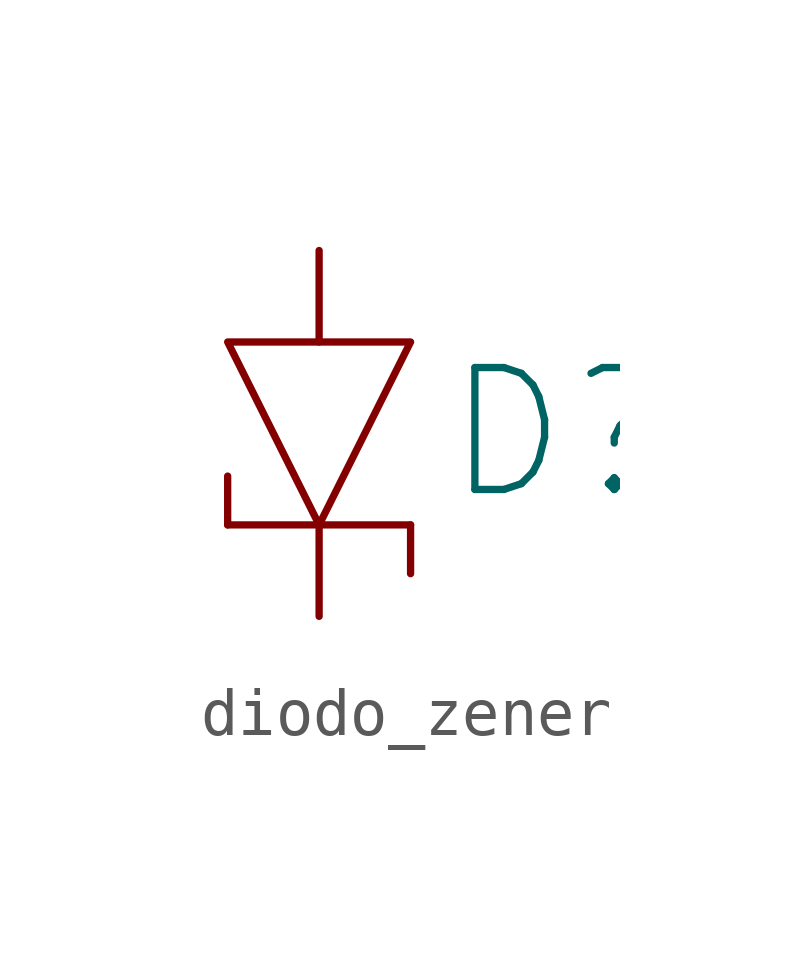
<source format=kicad_sym>
(kicad_symbol_lib
  (version 20231120)
  (generator "kicad_symbol_editor")
  (generator_version "8.0")
  (symbol "diodo_zener"
    (pin_names
      (offset 1.016))
    (property "Reference" "D"
      (at 2.54 -3.81 0)
      (effects (font (size 2.54 2.54)) (justify left)))
    (symbol "diodo_zener_0_1"
      (polyline (pts (xy -1.905 -5.715) (xy -1.905 -4.699)) (stroke (width 0) (type default)) (fill (type none)))
      (polyline (pts (xy 1.905 -5.715) (xy -1.905 -5.715)) (stroke (width 0) (type default)) (fill (type none)))
      (polyline (pts (xy 1.905 -5.715) (xy 1.905 -6.731)) (stroke (width 0) (type default)) (fill (type none)))
      (polyline (pts (xy 1.905 -1.905) (xy -1.905 -1.905) (xy 0 -5.715) (xy 1.905 -1.905)) (stroke (width 0) (type default)) (fill (type none))))
    (symbol "diodo_zener_1_1"
      (pin input line (at 0 -7.62 90) (length 1.905) (name "" (effects (font (size 1.27 1.27)))) (number "" (effects (font (size 1.143 1.143)))))
      (pin input line (at 0 0 270) (length 1.905) (name "" (effects (font (size 1.27 1.27)))) (number "" (effects (font (size 1.143 1.143))))))))
</source>
